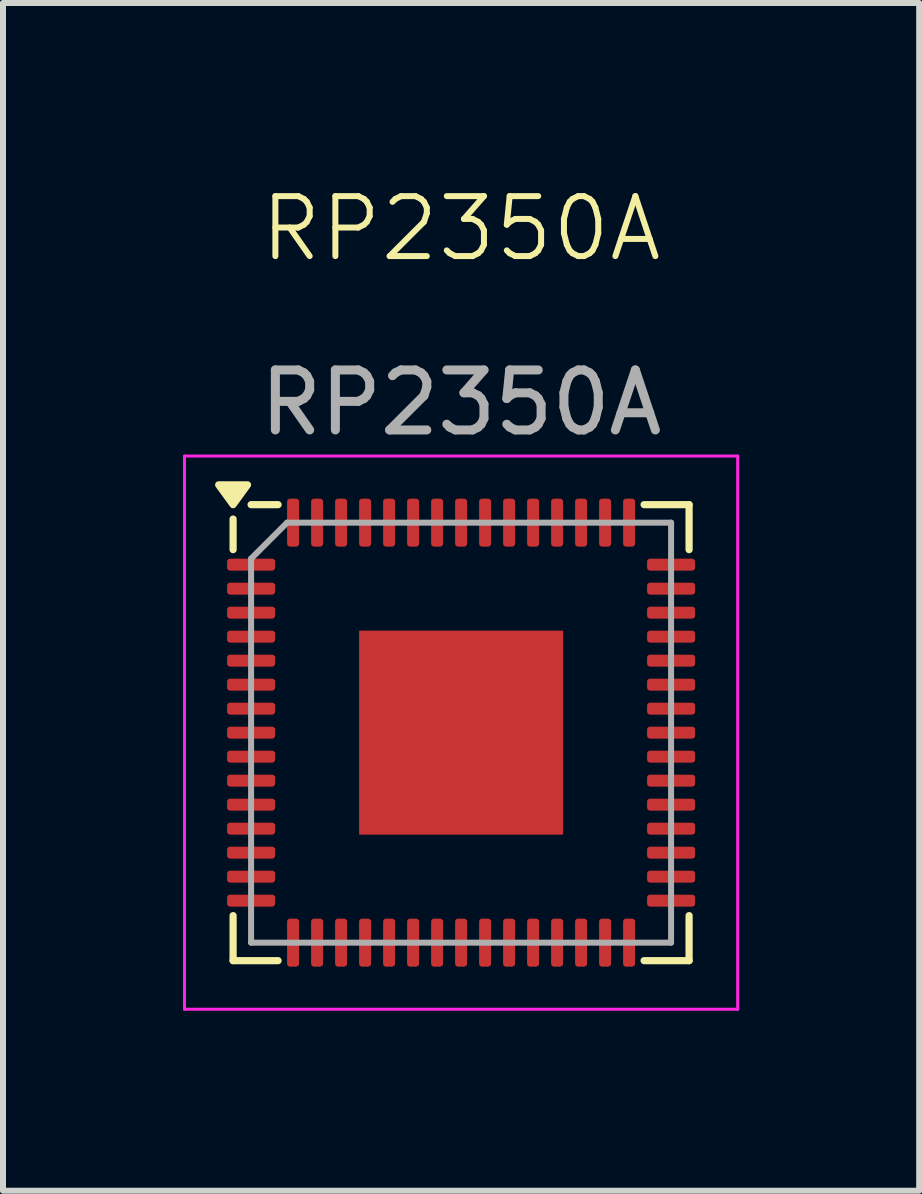
<source format=kicad_pcb>
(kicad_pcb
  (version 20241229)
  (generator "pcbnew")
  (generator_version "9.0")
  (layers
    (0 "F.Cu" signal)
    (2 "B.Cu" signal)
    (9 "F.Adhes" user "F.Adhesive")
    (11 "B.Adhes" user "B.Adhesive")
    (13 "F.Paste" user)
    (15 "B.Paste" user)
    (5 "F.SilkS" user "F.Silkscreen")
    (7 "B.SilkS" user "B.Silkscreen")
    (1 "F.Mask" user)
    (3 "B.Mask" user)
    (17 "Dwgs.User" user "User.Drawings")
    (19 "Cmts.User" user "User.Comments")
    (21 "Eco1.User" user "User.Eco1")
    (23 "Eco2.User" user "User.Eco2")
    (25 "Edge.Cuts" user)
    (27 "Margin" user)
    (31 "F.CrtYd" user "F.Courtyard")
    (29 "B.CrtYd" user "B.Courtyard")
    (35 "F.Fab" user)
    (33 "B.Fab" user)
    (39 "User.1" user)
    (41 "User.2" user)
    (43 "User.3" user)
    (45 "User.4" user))
  (footprint "RP2350A"
    (layer "F.Cu")
    (at 4.635 9.161)
    (property "Reference" "RP2350A" (at 0 -8.4 0) (unlocked yes) (layer "F.SilkS") (effects (font (size 1 1) (thickness 0.1))))
    (attr smd)
    (fp_line (start -3.8 -3.05) (end -3.8 -3.56) (stroke (width 0.12) (type solid)) (layer "F.SilkS"))
    (fp_line (start -3.8 3.8) (end -3.8 3.05) (stroke (width 0.12) (type solid)) (layer "F.SilkS"))
    (fp_line (start -3.05 -3.8) (end -3.5 -3.8) (stroke (width 0.12) (type solid)) (layer "F.SilkS"))
    (fp_line (start -3.05 3.8) (end -3.8 3.8) (stroke (width 0.12) (type solid)) (layer "F.SilkS"))
    (fp_line (start 3.05 -3.8) (end 3.8 -3.8) (stroke (width 0.12) (type solid)) (layer "F.SilkS"))
    (fp_line (start 3.05 3.8) (end 3.8 3.8) (stroke (width 0.12) (type solid)) (layer "F.SilkS"))
    (fp_line (start 3.8 -3.8) (end 3.8 -3.05) (stroke (width 0.12) (type solid)) (layer "F.SilkS"))
    (fp_line (start 3.8 3.8) (end 3.8 3.05) (stroke (width 0.12) (type solid)) (layer "F.SilkS"))
    (fp_poly (pts (xy -3.8 -3.8) (xy -4.04 -4.13) (xy -3.56 -4.13) (xy -3.8 -3.8)) (stroke (width 0.12) (type solid)) (fill yes) (layer "F.SilkS"))
    (fp_line (start -4.61 -4.61) (end -4.61 4.61) (stroke (width 0.05) (type solid)) (layer "F.CrtYd"))
    (fp_line (start -4.61 4.61) (end 4.61 4.61) (stroke (width 0.05) (type solid)) (layer "F.CrtYd"))
    (fp_line (start 4.61 -4.61) (end -4.61 -4.61) (stroke (width 0.05) (type solid)) (layer "F.CrtYd"))
    (fp_line (start 4.61 4.61) (end 4.61 -4.61) (stroke (width 0.05) (type solid)) (layer "F.CrtYd"))
    (fp_line (start -3.5 -2.9) (end -2.9 -3.5) (stroke (width 0.1) (type solid)) (layer "F.Fab"))
    (fp_line (start -3.5 3.5) (end -3.5 -2.9) (stroke (width 0.1) (type solid)) (layer "F.Fab"))
    (fp_line (start -2.9 -3.5) (end 3.5 -3.5) (stroke (width 0.1) (type solid)) (layer "F.Fab"))
    (fp_line (start 3.5 -3.5) (end 3.5 3.5) (stroke (width 0.1) (type solid)) (layer "F.Fab"))
    (fp_line (start 3.5 3.5) (end -3.5 3.5) (stroke (width 0.1) (type solid)) (layer "F.Fab"))
    (fp_text user "${REFERENCE}" (at 0 -5.5 0) (layer "F.Fab") (effects (font (size 1 1) (thickness 0.15))))
    (pad "" smd roundrect (at -1.1 -1.1) (size 1 1) (layers "F.Paste") (roundrect_rratio 0.238))
    (pad "" smd roundrect (at -1.1 1.1) (size 1 1) (layers "F.Paste") (roundrect_rratio 0.238))
    (pad "" smd roundrect (at -1 0) (size 0.8 0.8) (layers "F.Paste") (roundrect_rratio 0.238))
    (pad "" smd roundrect (at 0 -1) (size 0.8 0.8) (layers "F.Paste") (roundrect_rratio 0.238))
    (pad "" smd roundrect (at 0 0) (size 0.8 0.8) (layers "F.Paste") (roundrect_rratio 0.238))
    (pad "" smd roundrect (at 0 1) (size 0.8 0.8) (layers "F.Paste") (roundrect_rratio 0.238))
    (pad "" smd roundrect (at 1 0) (size 0.8 0.8) (layers "F.Paste") (roundrect_rratio 0.238))
    (pad "" smd roundrect (at 1.1 -1.1) (size 1 1) (layers "F.Paste") (roundrect_rratio 0.238))
    (pad "" smd roundrect (at 1.1 1.1) (size 1 1) (layers "F.Paste") (roundrect_rratio 0.238))
    (pad "1" smd roundrect (at -3.5 -2.8) (size 0.8 0.2) (layers "F.Cu" "F.Mask" "F.Paste") (roundrect_rratio 0.25))
    (pad "2" smd roundrect (at -3.5 -2.4) (size 0.8 0.2) (layers "F.Cu" "F.Mask" "F.Paste") (roundrect_rratio 0.25))
    (pad "3" smd roundrect (at -3.5 -2) (size 0.8 0.2) (layers "F.Cu" "F.Mask" "F.Paste") (roundrect_rratio 0.25))
    (pad "4" smd roundrect (at -3.5 -1.6) (size 0.8 0.2) (layers "F.Cu" "F.Mask" "F.Paste") (roundrect_rratio 0.25))
    (pad "5" smd roundrect (at -3.5 -1.2) (size 0.8 0.2) (layers "F.Cu" "F.Mask" "F.Paste") (roundrect_rratio 0.25))
    (pad "6" smd roundrect (at -3.5 -0.8) (size 0.8 0.2) (layers "F.Cu" "F.Mask" "F.Paste") (roundrect_rratio 0.25))
    (pad "7" smd roundrect (at -3.5 -0.4) (size 0.8 0.2) (layers "F.Cu" "F.Mask" "F.Paste") (roundrect_rratio 0.25))
    (pad "8" smd roundrect (at -3.5 0) (size 0.8 0.2) (layers "F.Cu" "F.Mask" "F.Paste") (roundrect_rratio 0.25))
    (pad "9" smd roundrect (at -3.5 0.4) (size 0.8 0.2) (layers "F.Cu" "F.Mask" "F.Paste") (roundrect_rratio 0.25))
    (pad "10" smd roundrect (at -3.5 0.8) (size 0.8 0.2) (layers "F.Cu" "F.Mask" "F.Paste") (roundrect_rratio 0.25))
    (pad "11" smd roundrect (at -3.5 1.2) (size 0.8 0.2) (layers "F.Cu" "F.Mask" "F.Paste") (roundrect_rratio 0.25))
    (pad "12" smd roundrect (at -3.5 1.6) (size 0.8 0.2) (layers "F.Cu" "F.Mask" "F.Paste") (roundrect_rratio 0.25))
    (pad "13" smd roundrect (at -3.5 2) (size 0.8 0.2) (layers "F.Cu" "F.Mask" "F.Paste") (roundrect_rratio 0.25))
    (pad "14" smd roundrect (at -3.5 2.4) (size 0.8 0.2) (layers "F.Cu" "F.Mask" "F.Paste") (roundrect_rratio 0.25))
    (pad "15" smd roundrect (at -3.5 2.8) (size 0.8 0.2) (layers "F.Cu" "F.Mask" "F.Paste") (roundrect_rratio 0.25))
    (pad "16" smd roundrect (at -2.8 3.5) (size 0.2 0.8) (layers "F.Cu" "F.Mask" "F.Paste") (roundrect_rratio 0.25))
    (pad "17" smd roundrect (at -2.4 3.5) (size 0.2 0.8) (layers "F.Cu" "F.Mask" "F.Paste") (roundrect_rratio 0.25))
    (pad "18" smd roundrect (at -2 3.5) (size 0.2 0.8) (layers "F.Cu" "F.Mask" "F.Paste") (roundrect_rratio 0.25))
    (pad "19" smd roundrect (at -1.6 3.5) (size 0.2 0.8) (layers "F.Cu" "F.Mask" "F.Paste") (roundrect_rratio 0.25))
    (pad "20" smd roundrect (at -1.2 3.5) (size 0.2 0.8) (layers "F.Cu" "F.Mask" "F.Paste") (roundrect_rratio 0.25))
    (pad "21" smd roundrect (at -0.8 3.5) (size 0.2 0.8) (layers "F.Cu" "F.Mask" "F.Paste") (roundrect_rratio 0.25))
    (pad "22" smd roundrect (at -0.4 3.5) (size 0.2 0.8) (layers "F.Cu" "F.Mask" "F.Paste") (roundrect_rratio 0.25))
    (pad "23" smd roundrect (at 0 3.5) (size 0.2 0.8) (layers "F.Cu" "F.Mask" "F.Paste") (roundrect_rratio 0.25))
    (pad "24" smd roundrect (at 0.4 3.5) (size 0.2 0.8) (layers "F.Cu" "F.Mask" "F.Paste") (roundrect_rratio 0.25))
    (pad "25" smd roundrect (at 0.8 3.5) (size 0.2 0.8) (layers "F.Cu" "F.Mask" "F.Paste") (roundrect_rratio 0.25))
    (pad "26" smd roundrect (at 1.2 3.5) (size 0.2 0.8) (layers "F.Cu" "F.Mask" "F.Paste") (roundrect_rratio 0.25))
    (pad "27" smd roundrect (at 1.6 3.5) (size 0.2 0.8) (layers "F.Cu" "F.Mask" "F.Paste") (roundrect_rratio 0.25))
    (pad "28" smd roundrect (at 2 3.5) (size 0.2 0.8) (layers "F.Cu" "F.Mask" "F.Paste") (roundrect_rratio 0.25))
    (pad "29" smd roundrect (at 2.4 3.5) (size 0.2 0.8) (layers "F.Cu" "F.Mask" "F.Paste") (roundrect_rratio 0.25))
    (pad "30" smd roundrect (at 2.8 3.5) (size 0.2 0.8) (layers "F.Cu" "F.Mask" "F.Paste") (roundrect_rratio 0.25))
    (pad "31" smd roundrect (at 3.5 2.8) (size 0.8 0.2) (layers "F.Cu" "F.Mask" "F.Paste") (roundrect_rratio 0.25))
    (pad "32" smd roundrect (at 3.5 2.4) (size 0.8 0.2) (layers "F.Cu" "F.Mask" "F.Paste") (roundrect_rratio 0.25))
    (pad "33" smd roundrect (at 3.5 2) (size 0.8 0.2) (layers "F.Cu" "F.Mask" "F.Paste") (roundrect_rratio 0.25))
    (pad "34" smd roundrect (at 3.5 1.6) (size 0.8 0.2) (layers "F.Cu" "F.Mask" "F.Paste") (roundrect_rratio 0.25))
    (pad "35" smd roundrect (at 3.5 1.2) (size 0.8 0.2) (layers "F.Cu" "F.Mask" "F.Paste") (roundrect_rratio 0.25))
    (pad "36" smd roundrect (at 3.5 0.8) (size 0.8 0.2) (layers "F.Cu" "F.Mask" "F.Paste") (roundrect_rratio 0.25))
    (pad "37" smd roundrect (at 3.5 0.4) (size 0.8 0.2) (layers "F.Cu" "F.Mask" "F.Paste") (roundrect_rratio 0.25))
    (pad "38" smd roundrect (at 3.5 0) (size 0.8 0.2) (layers "F.Cu" "F.Mask" "F.Paste") (roundrect_rratio 0.25))
    (pad "39" smd roundrect (at 3.5 -0.4) (size 0.8 0.2) (layers "F.Cu" "F.Mask" "F.Paste") (roundrect_rratio 0.25))
    (pad "40" smd roundrect (at 3.5 -0.8) (size 0.8 0.2) (layers "F.Cu" "F.Mask" "F.Paste") (roundrect_rratio 0.25))
    (pad "41" smd roundrect (at 3.5 -1.2) (size 0.8 0.2) (layers "F.Cu" "F.Mask" "F.Paste") (roundrect_rratio 0.25))
    (pad "42" smd roundrect (at 3.5 -1.6) (size 0.8 0.2) (layers "F.Cu" "F.Mask" "F.Paste") (roundrect_rratio 0.25))
    (pad "43" smd roundrect (at 3.5 -2) (size 0.8 0.2) (layers "F.Cu" "F.Mask" "F.Paste") (roundrect_rratio 0.25))
    (pad "44" smd roundrect (at 3.5 -2.4) (size 0.8 0.2) (layers "F.Cu" "F.Mask" "F.Paste") (roundrect_rratio 0.25))
    (pad "45" smd roundrect (at 3.5 -2.8) (size 0.8 0.2) (layers "F.Cu" "F.Mask" "F.Paste") (roundrect_rratio 0.25))
    (pad "46" smd roundrect (at 2.8 -3.5) (size 0.2 0.8) (layers "F.Cu" "F.Mask" "F.Paste") (roundrect_rratio 0.25))
    (pad "47" smd roundrect (at 2.4 -3.5) (size 0.2 0.8) (layers "F.Cu" "F.Mask" "F.Paste") (roundrect_rratio 0.25))
    (pad "48" smd roundrect (at 2 -3.5) (size 0.2 0.8) (layers "F.Cu" "F.Mask" "F.Paste") (roundrect_rratio 0.25))
    (pad "49" smd roundrect (at 1.6 -3.5) (size 0.2 0.8) (layers "F.Cu" "F.Mask" "F.Paste") (roundrect_rratio 0.25))
    (pad "50" smd roundrect (at 1.2 -3.5) (size 0.2 0.8) (layers "F.Cu" "F.Mask" "F.Paste") (roundrect_rratio 0.25))
    (pad "51" smd roundrect (at 0.8 -3.5) (size 0.2 0.8) (layers "F.Cu" "F.Mask" "F.Paste") (roundrect_rratio 0.25))
    (pad "52" smd roundrect (at 0.4 -3.5) (size 0.2 0.8) (layers "F.Cu" "F.Mask" "F.Paste") (roundrect_rratio 0.25))
    (pad "53" smd roundrect (at 0 -3.5) (size 0.2 0.8) (layers "F.Cu" "F.Mask" "F.Paste") (roundrect_rratio 0.25))
    (pad "54" smd roundrect (at -0.4 -3.5) (size 0.2 0.8) (layers "F.Cu" "F.Mask" "F.Paste") (roundrect_rratio 0.25))
    (pad "55" smd roundrect (at -0.8 -3.5) (size 0.2 0.8) (layers "F.Cu" "F.Mask" "F.Paste") (roundrect_rratio 0.25))
    (pad "56" smd roundrect (at -1.2 -3.5) (size 0.2 0.8) (layers "F.Cu" "F.Mask" "F.Paste") (roundrect_rratio 0.25))
    (pad "57" smd roundrect (at -1.6 -3.5) (size 0.2 0.8) (layers "F.Cu" "F.Mask" "F.Paste") (roundrect_rratio 0.25))
    (pad "58" smd roundrect (at -2 -3.5) (size 0.2 0.8) (layers "F.Cu" "F.Mask" "F.Paste") (roundrect_rratio 0.25))
    (pad "59" smd roundrect (at -2.4 -3.5) (size 0.2 0.8) (layers "F.Cu" "F.Mask" "F.Paste") (roundrect_rratio 0.25))
    (pad "60" smd roundrect (at -2.8 -3.5) (size 0.2 0.8) (layers "F.Cu" "F.Mask" "F.Paste") (roundrect_rratio 0.25))
    (pad "61" smd rect (at 0 0) (size 3.4 3.4) (property pad_prop_heatsink) (layers "F.Cu" "F.Mask")))
  (gr_rect
    (start -3 -3)
    (end 12.27 16.796)
    (stroke (width 0.1) (type default))
    (fill no)
    (layer "Edge.Cuts")))
</source>
